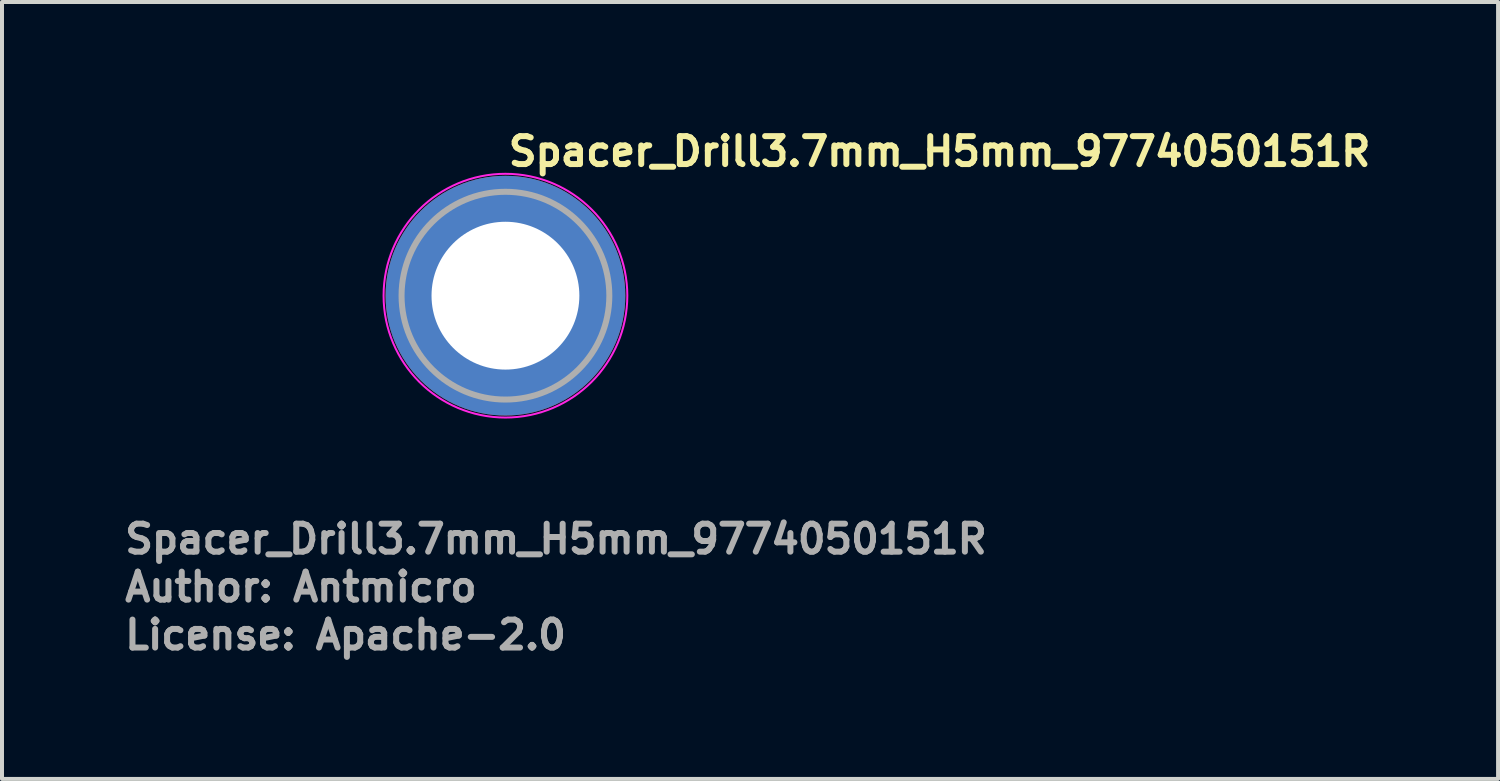
<source format=kicad_pcb>
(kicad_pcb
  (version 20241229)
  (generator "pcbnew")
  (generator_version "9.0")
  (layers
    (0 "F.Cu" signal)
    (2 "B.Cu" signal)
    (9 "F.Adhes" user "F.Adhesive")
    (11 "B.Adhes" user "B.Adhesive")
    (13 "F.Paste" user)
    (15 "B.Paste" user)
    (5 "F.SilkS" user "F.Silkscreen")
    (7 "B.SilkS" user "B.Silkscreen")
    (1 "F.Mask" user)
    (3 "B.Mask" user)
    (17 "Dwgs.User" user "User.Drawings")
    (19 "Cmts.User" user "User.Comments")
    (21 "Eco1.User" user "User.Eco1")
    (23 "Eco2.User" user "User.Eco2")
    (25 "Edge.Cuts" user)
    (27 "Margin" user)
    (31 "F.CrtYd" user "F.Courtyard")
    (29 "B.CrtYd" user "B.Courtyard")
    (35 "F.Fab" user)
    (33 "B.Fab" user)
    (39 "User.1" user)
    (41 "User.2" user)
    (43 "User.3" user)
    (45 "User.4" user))
  (footprint "Spacer_Drill3.7mm_H5mm_9774050151R"
    (layer "F.Cu")
    (at 9.6 4.35)
    (property "Reference" "Spacer_Drill3.7mm_H5mm_9774050151R" (at 0 -3.2 0) (layer "F.SilkS") (effects (font (size 0.7 0.7) (thickness 0.15)) (justify left bottom)))
    (attr smd)
    (fp_circle (center 0 0) (end 3.05 0) (stroke (width 0.05) (type solid)) (fill no) (layer "F.CrtYd"))
    (fp_circle (center 0 0) (end 2.6 0) (stroke (width 0.15) (type solid)) (fill no) (layer "F.Fab"))
    (fp_circle (center 0 0) (end 2.6 0) (stroke (width 0.1) (type solid)) (fill no) (layer "User.5"))
    (fp_circle (center 0 0) (end 1 0) (stroke (width 0.02) (type default)) (fill no) (layer "User.9"))
    (fp_circle (center 0 0) (end 2.55 0) (stroke (width 0.02) (type default)) (fill no) (layer "User.9"))
    (fp_text user "License: Apache-2.0" (at -9.6 8.9 0) (layer "F.Fab") (effects (font (size 0.7 0.7) (thickness 0.15)) (justify left bottom)))
    (fp_text user "${REFERENCE}" (at -9.6 6.5 0) (layer "F.Fab") (effects (font (size 0.7 0.7) (thickness 0.15)) (justify left bottom)))
    (fp_text user "Author: Antmicro" (at -9.6 7.7 0) (layer "F.Fab") (effects (font (size 0.7 0.7) (thickness 0.15)) (justify left bottom)))
    (pad "" smd custom (at -1.7 -1.7) (size 0.62 0.62) (layers "F.Paste") (options (anchor circle)) (primitives (gr_arc (start -0.250195 1.279127) (mid 0.285453 0.294389) (end 1.266786 -0.24747) (width 0.2)) (gr_arc (start -0.34334 1.279127) (mid 0.218448 0.232561) (end 1.259603 -0.339191) (width 0.2)) (gr_arc (start -0.436309 1.279127) (mid 0.152481 0.169693) (end 1.255279 -0.431435) (width 0.2)) (gr_arc (start -0.529126 1.279127) (mid 0.087542 0.105784) (end 1.253811 -0.524161) (width 0.2)) (gr_arc (start -0.621807 1.279127) (mid 0.0309 0.033527) (end 1.275473 -0.621136) (width 0.2)) (gr_arc (start -0.71437 1.279127) (mid -0.037758 -0.026651) (end 1.263664 -0.711602) (width 0.2)) (gr_arc (start -0.806826 1.279127) (mid -0.105837 -0.087395) (end 1.253435 -0.802342) (width 0.2)) (gr_arc (start -0.899187 1.279127) (mid -0.165236 -0.156885) (end 1.267475 -0.897258) (width 0.2)) (gr_arc (start -0.991463 1.279127) (mid -0.228522 -0.222449) (end 1.270645 -0.990112) (width 0.2)) (gr_arc (start -1.083663 1.279127) (mid -0.294507 -0.285313) (end 1.266278 -1.081674) (width 0.2)) (gr_line (start 1.279 -0.25) (end 1.279 -1.084) (width 0.2)) (gr_line (start -0.25 1.279) (end -1.084 1.279) (width 0.2))))
    (pad "" smd custom (at -1.7 1.7 90) (size 0.62 0.62) (layers "F.Paste") (options (anchor circle)) (primitives (gr_arc (start -0.250195 1.279127) (mid 0.285453 0.294389) (end 1.266786 -0.24747) (width 0.2)) (gr_arc (start -0.34334 1.279127) (mid 0.218448 0.232561) (end 1.259603 -0.339191) (width 0.2)) (gr_arc (start -0.436309 1.279127) (mid 0.152481 0.169693) (end 1.255279 -0.431435) (width 0.2)) (gr_arc (start -0.529126 1.279127) (mid 0.087542 0.105784) (end 1.253811 -0.524161) (width 0.2)) (gr_arc (start -0.621807 1.279127) (mid 0.0309 0.033527) (end 1.275473 -0.621136) (width 0.2)) (gr_arc (start -0.71437 1.279127) (mid -0.037758 -0.026651) (end 1.263664 -0.711602) (width 0.2)) (gr_arc (start -0.806826 1.279127) (mid -0.105837 -0.087395) (end 1.253435 -0.802342) (width 0.2)) (gr_arc (start -0.899187 1.279127) (mid -0.165236 -0.156885) (end 1.267475 -0.897258) (width 0.2)) (gr_arc (start -0.991463 1.279127) (mid -0.228522 -0.222449) (end 1.270645 -0.990112) (width 0.2)) (gr_arc (start -1.083663 1.279127) (mid -0.294507 -0.285313) (end 1.266278 -1.081674) (width 0.2)) (gr_line (start 1.279 -0.25) (end 1.279 -1.084) (width 0.2)) (gr_line (start -0.25 1.279) (end -1.084 1.279) (width 0.2))))
    (pad "" smd custom (at 1.7 -1.7 270) (size 0.62 0.62) (layers "F.Paste") (options (anchor circle)) (primitives (gr_arc (start -0.250195 1.279127) (mid 0.285453 0.294389) (end 1.266786 -0.24747) (width 0.2)) (gr_arc (start -0.34334 1.279127) (mid 0.218448 0.232561) (end 1.259603 -0.339191) (width 0.2)) (gr_arc (start -0.436309 1.279127) (mid 0.152481 0.169693) (end 1.255279 -0.431435) (width 0.2)) (gr_arc (start -0.529126 1.279127) (mid 0.087542 0.105784) (end 1.253811 -0.524161) (width 0.2)) (gr_arc (start -0.621807 1.279127) (mid 0.0309 0.033527) (end 1.275473 -0.621136) (width 0.2)) (gr_arc (start -0.71437 1.279127) (mid -0.037758 -0.026651) (end 1.263664 -0.711602) (width 0.2)) (gr_arc (start -0.806826 1.279127) (mid -0.105837 -0.087395) (end 1.253435 -0.802342) (width 0.2)) (gr_arc (start -0.899187 1.279127) (mid -0.165236 -0.156885) (end 1.267475 -0.897258) (width 0.2)) (gr_arc (start -0.991463 1.279127) (mid -0.228522 -0.222449) (end 1.270645 -0.990112) (width 0.2)) (gr_arc (start -1.083663 1.279127) (mid -0.294507 -0.285313) (end 1.266278 -1.081674) (width 0.2)) (gr_line (start 1.279 -0.25) (end 1.279 -1.084) (width 0.2)) (gr_line (start -0.25 1.279) (end -1.084 1.279) (width 0.2))))
    (pad "" smd custom (at 1.7 1.7 180) (size 0.62 0.62) (layers "F.Paste") (options (anchor circle)) (primitives (gr_arc (start -0.250195 1.279127) (mid 0.285453 0.294389) (end 1.266786 -0.24747) (width 0.2)) (gr_arc (start -0.34334 1.279127) (mid 0.218448 0.232561) (end 1.259603 -0.339191) (width 0.2)) (gr_arc (start -0.436309 1.279127) (mid 0.152481 0.169693) (end 1.255279 -0.431435) (width 0.2)) (gr_arc (start -0.529126 1.279127) (mid 0.087542 0.105784) (end 1.253811 -0.524161) (width 0.2)) (gr_arc (start -0.621807 1.279127) (mid 0.0309 0.033527) (end 1.275473 -0.621136) (width 0.2)) (gr_arc (start -0.71437 1.279127) (mid -0.037758 -0.026651) (end 1.263664 -0.711602) (width 0.2)) (gr_arc (start -0.806826 1.279127) (mid -0.105837 -0.087395) (end 1.253435 -0.802342) (width 0.2)) (gr_arc (start -0.899187 1.279127) (mid -0.165236 -0.156885) (end 1.267475 -0.897258) (width 0.2)) (gr_arc (start -0.991463 1.279127) (mid -0.228522 -0.222449) (end 1.270645 -0.990112) (width 0.2)) (gr_arc (start -1.083663 1.279127) (mid -0.294507 -0.285313) (end 1.266278 -1.081674) (width 0.2)) (gr_line (start 1.279 -0.25) (end 1.279 -1.084) (width 0.2)) (gr_line (start -0.25 1.279) (end -1.084 1.279) (width 0.2))))
    (pad "1" thru_hole circle (at 0 0) (size 6 6) (drill 3.7) (layers "*.Cu" "*.Mask")))
  (gr_rect
    (start -3 -3)
    (end 34.443 16.445)
    (stroke (width 0.1) (type default))
    (fill no)
    (layer "Edge.Cuts")))
</source>
